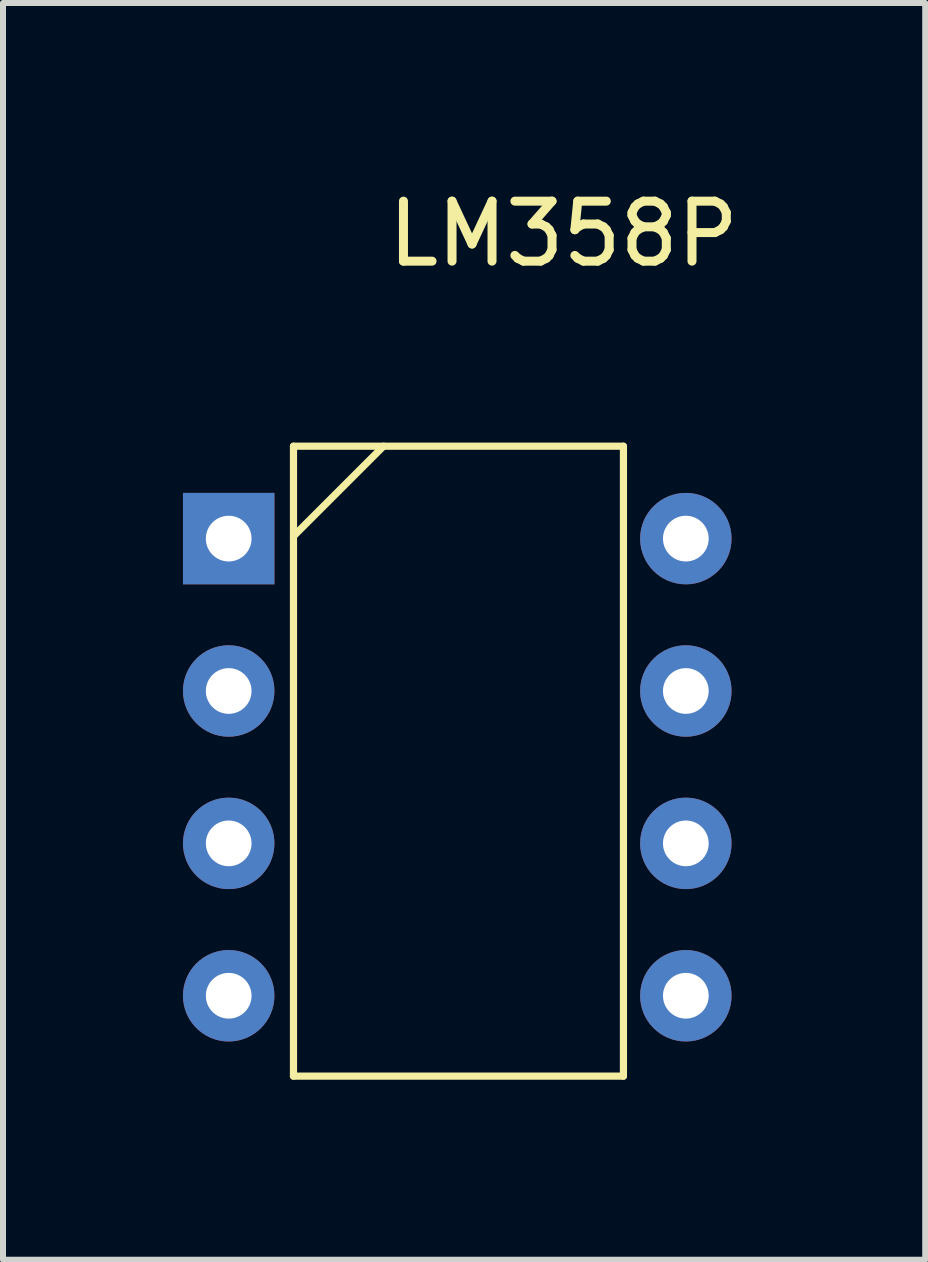
<source format=kicad_pcb>
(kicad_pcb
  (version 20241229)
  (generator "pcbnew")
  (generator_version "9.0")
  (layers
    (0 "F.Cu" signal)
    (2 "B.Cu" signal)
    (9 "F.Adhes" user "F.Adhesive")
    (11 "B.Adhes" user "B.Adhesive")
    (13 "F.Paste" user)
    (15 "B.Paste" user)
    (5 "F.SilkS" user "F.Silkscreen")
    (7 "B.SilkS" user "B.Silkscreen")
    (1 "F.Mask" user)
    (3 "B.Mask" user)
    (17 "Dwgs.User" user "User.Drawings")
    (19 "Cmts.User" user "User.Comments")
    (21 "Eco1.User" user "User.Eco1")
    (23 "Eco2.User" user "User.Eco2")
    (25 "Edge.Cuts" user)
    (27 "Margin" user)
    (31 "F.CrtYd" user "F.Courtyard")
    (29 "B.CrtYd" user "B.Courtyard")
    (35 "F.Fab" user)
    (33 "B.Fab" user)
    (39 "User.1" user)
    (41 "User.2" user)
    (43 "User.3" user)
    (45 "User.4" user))
  (footprint "LM358P"
    (layer "F.Cu")
    (at 5.842 3.388)
    (property "Reference" "LM358P" (at 0.5 -2.54 0) (layer "F.SilkS") (effects (font (size 1 1) (thickness 0.15))))
    (attr through_hole)
    (fp_line (start -4 1) (end -4 11.5) (stroke (width 0.12) (type solid)) (layer "F.SilkS"))
    (fp_line (start -4 2.5) (end -2.5 1) (stroke (width 0.12) (type solid)) (layer "F.SilkS"))
    (fp_line (start -4 11.5) (end 1.5 11.5) (stroke (width 0.12) (type solid)) (layer "F.SilkS"))
    (fp_line (start 1.5 1) (end -4 1) (stroke (width 0.12) (type solid)) (layer "F.SilkS"))
    (fp_line (start 1.5 11.5) (end 1.5 1) (stroke (width 0.12) (type solid)) (layer "F.SilkS"))
    (pad "1" thru_hole rect (at -5.08 2.54) (size 1.524 1.524) (drill 0.762) (layers "*.Cu" "*.Mask"))
    (pad "2" thru_hole circle (at -5.08 5.08) (size 1.524 1.524) (drill 0.762) (layers "*.Cu" "*.Mask"))
    (pad "3" thru_hole circle (at -5.08 7.62) (size 1.524 1.524) (drill 0.762) (layers "*.Cu" "*.Mask"))
    (pad "4" thru_hole circle (at -5.08 10.16) (size 1.524 1.524) (drill 0.762) (layers "*.Cu" "*.Mask"))
    (pad "5" thru_hole circle (at 2.54 10.16) (size 1.524 1.524) (drill 0.762) (layers "*.Cu" "*.Mask"))
    (pad "6" thru_hole circle (at 2.54 7.62) (size 1.524 1.524) (drill 0.762) (layers "*.Cu" "*.Mask"))
    (pad "7" thru_hole circle (at 2.54 5.08) (size 1.524 1.524) (drill 0.762) (layers "*.Cu" "*.Mask"))
    (pad "8" thru_hole circle (at 2.54 2.54) (size 1.524 1.524) (drill 0.762) (layers "*.Cu" "*.Mask")))
  (gr_rect
    (start -3 -3)
    (end 12.372 17.948)
    (stroke (width 0.1) (type default))
    (fill no)
    (layer "Edge.Cuts")))
</source>
